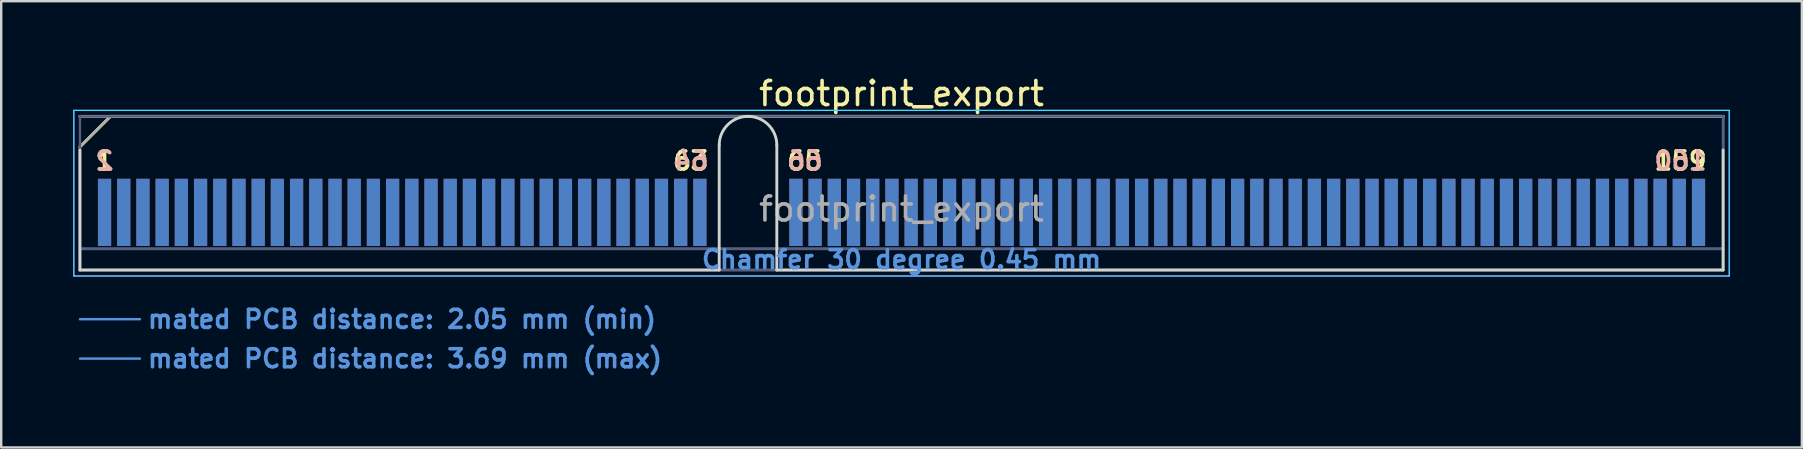
<source format=kicad_pcb>
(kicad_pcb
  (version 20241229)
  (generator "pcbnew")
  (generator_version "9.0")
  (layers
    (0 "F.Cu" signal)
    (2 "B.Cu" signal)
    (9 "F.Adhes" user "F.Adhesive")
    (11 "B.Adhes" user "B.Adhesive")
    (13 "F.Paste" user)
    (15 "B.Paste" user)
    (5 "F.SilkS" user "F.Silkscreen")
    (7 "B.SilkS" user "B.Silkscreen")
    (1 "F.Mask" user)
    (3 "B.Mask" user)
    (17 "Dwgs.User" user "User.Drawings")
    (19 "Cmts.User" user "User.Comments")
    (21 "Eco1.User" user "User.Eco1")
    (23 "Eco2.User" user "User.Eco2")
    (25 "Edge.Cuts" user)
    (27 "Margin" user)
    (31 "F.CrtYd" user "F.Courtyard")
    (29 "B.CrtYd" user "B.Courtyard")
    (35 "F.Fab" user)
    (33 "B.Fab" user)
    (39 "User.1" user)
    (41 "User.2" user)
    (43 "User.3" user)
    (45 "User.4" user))
  (footprint "footprint_export"
    (layer "F.Cu")
    (at 34.505 8.198)
    (property "Reference" "footprint_export" (at 0 -7.35 0) (layer "F.SilkS") (effects (font (size 1 1) (thickness 0.15))))
    (attr exclude_from_pos_files exclude_from_bom)
    (fp_line (start -34.225 -5.13) (end -32.955 -6.4) (stroke (width 0.12) (type solid)) (layer "F.SilkS"))
    (fp_line (start -32.955 -6.4) (end 34.225 -6.4) (stroke (width 0.12) (type solid)) (layer "F.SilkS"))
    (fp_line (start -34.225 -6.4) (end -34.225 -6.4) (stroke (width 0.12) (type solid)) (layer "B.SilkS"))
    (fp_line (start -34.225 -6.4) (end 34.225 -6.4) (stroke (width 0.12) (type solid)) (layer "B.SilkS"))
    (fp_line (start -34.225 2.05) (end -31.725 2.05) (stroke (width 0.1) (type solid)) (layer "Cmts.User"))
    (fp_line (start -34.225 3.69) (end -31.725 3.69) (stroke (width 0.1) (type solid)) (layer "Cmts.User"))
    (fp_line (start -34.225 -5) (end -34.225 0) (stroke (width 0.12) (type solid)) (layer "Edge.Cuts"))
    (fp_line (start -34.225 0) (end -7.595 0) (stroke (width 0.12) (type solid)) (layer "Edge.Cuts"))
    (fp_line (start -7.595 0) (end -7.595 -5.2) (stroke (width 0.12) (type solid)) (layer "Edge.Cuts"))
    (fp_line (start -5.195 -5.2) (end -5.195 0) (stroke (width 0.12) (type solid)) (layer "Edge.Cuts"))
    (fp_line (start -5.195 0) (end 34.225 0) (stroke (width 0.12) (type solid)) (layer "Edge.Cuts"))
    (fp_line (start 34.225 0) (end 34.225 -5) (stroke (width 0.12) (type solid)) (layer "Edge.Cuts"))
    (fp_arc (start -7.595 -5.2) (mid -6.395 -6.4) (end -5.195 -5.2) (stroke (width 0.12) (type solid)) (layer "Edge.Cuts"))
    (fp_line (start -34.48 -6.65) (end -34.48 0.25) (stroke (width 0.05) (type solid)) (layer "B.CrtYd"))
    (fp_line (start -34.48 0.25) (end 34.48 0.25) (stroke (width 0.05) (type solid)) (layer "B.CrtYd"))
    (fp_line (start 34.48 -6.65) (end -34.48 -6.65) (stroke (width 0.05) (type solid)) (layer "B.CrtYd"))
    (fp_line (start 34.48 0.25) (end 34.48 -6.65) (stroke (width 0.05) (type solid)) (layer "B.CrtYd"))
    (fp_line (start -34.48 -6.65) (end -34.48 0.25) (stroke (width 0.05) (type solid)) (layer "F.CrtYd"))
    (fp_line (start -34.48 0.25) (end 34.48 0.25) (stroke (width 0.05) (type solid)) (layer "F.CrtYd"))
    (fp_line (start 34.48 -6.65) (end -34.48 -6.65) (stroke (width 0.05) (type solid)) (layer "F.CrtYd"))
    (fp_line (start 34.48 0.25) (end 34.48 -6.65) (stroke (width 0.05) (type solid)) (layer "F.CrtYd"))
    (fp_line (start -34.225 -6.4) (end -34.225 -6.4) (stroke (width 0.1) (type solid)) (layer "B.Fab"))
    (fp_line (start -34.225 -6.4) (end -34.225 0) (stroke (width 0.1) (type solid)) (layer "B.Fab"))
    (fp_line (start -34.225 -6.4) (end 34.225 -6.4) (stroke (width 0.1) (type solid)) (layer "B.Fab"))
    (fp_line (start -34.225 -0.88) (end 34.225 -0.88) (stroke (width 0.1) (type solid)) (layer "B.Fab"))
    (fp_line (start -34.225 0) (end 34.225 0) (stroke (width 0.1) (type solid)) (layer "B.Fab"))
    (fp_line (start 34.225 -6.4) (end 34.225 0) (stroke (width 0.1) (type solid)) (layer "B.Fab"))
    (fp_line (start -34.225 -5.13) (end -34.225 0) (stroke (width 0.1) (type solid)) (layer "F.Fab"))
    (fp_line (start -34.225 -5.13) (end -32.955 -6.4) (stroke (width 0.1) (type solid)) (layer "F.Fab"))
    (fp_line (start -34.225 -0.88) (end 34.225 -0.88) (stroke (width 0.1) (type solid)) (layer "F.Fab"))
    (fp_line (start -34.225 0) (end 34.225 0) (stroke (width 0.1) (type solid)) (layer "F.Fab"))
    (fp_line (start -32.955 -6.4) (end 34.225 -6.4) (stroke (width 0.1) (type solid)) (layer "F.Fab"))
    (fp_line (start 34.225 -6.4) (end 34.225 0) (stroke (width 0.1) (type solid)) (layer "F.Fab"))
    (fp_text user "159" (at 32.45 -4.55 0) (layer "F.SilkS") (effects (font (size 0.75 0.75) (thickness 0.15))))
    (fp_text user "63" (at -8.775 -4.55 0) (layer "F.SilkS") (effects (font (size 0.75 0.75) (thickness 0.15))))
    (fp_text user "65" (at -4.025 -4.55 0) (layer "F.SilkS") (effects (font (size 0.75 0.75) (thickness 0.15))))
    (fp_text user "1" (at -33.2 -4.55 0) (layer "F.SilkS") (effects (font (size 0.75 0.75) (thickness 0.15))))
    (fp_text user "2" (at -33.2 -4.55 0) (layer "B.SilkS") (effects (font (size 0.75 0.75) (thickness 0.15)) (justify mirror)))
    (fp_text user "66" (at -4.025 -4.55 0) (layer "B.SilkS") (effects (font (size 0.75 0.75) (thickness 0.15)) (justify mirror)))
    (fp_text user "160" (at 32.45 -4.55 0) (layer "B.SilkS") (effects (font (size 0.75 0.75) (thickness 0.15)) (justify mirror)))
    (fp_text user "64" (at -8.775 -4.55 0) (layer "B.SilkS") (effects (font (size 0.75 0.75) (thickness 0.15)) (justify mirror)))
    (fp_text user "mated PCB distance: 3.69 mm (max)" (at -31.48 3.69 0) (layer "Cmts.User") (effects (font (size 0.75 0.75) (thickness 0.15)) (justify left)))
    (fp_text user "mated PCB distance: 2.05 mm (min)" (at -31.48 2.05 0) (layer "Cmts.User") (effects (font (size 0.75 0.75) (thickness 0.15)) (justify left)))
    (fp_text user "Chamfer 30 degree 0.45 mm" (at 0 -0.44 0) (layer "Cmts.User") (effects (font (size 0.75 0.75) (thickness 0.15))))
    (fp_text user "${REFERENCE}" (at 0 -2.54 0) (layer "F.Fab") (effects (font (size 1 1) (thickness 0.15))))
    (pad "1" connect rect (at -33.2 -2.4) (size 0.55 2.8) (layers "F.Cu" "F.Mask"))
    (pad "2" connect rect (at -33.2 -2.4) (size 0.55 2.8) (layers "B.Cu" "B.Mask"))
    (pad "3" connect rect (at -32.4 -2.4) (size 0.55 2.8) (layers "F.Cu" "F.Mask"))
    (pad "4" connect rect (at -32.4 -2.4) (size 0.55 2.8) (layers "B.Cu" "B.Mask"))
    (pad "5" connect rect (at -31.6 -2.4) (size 0.55 2.8) (layers "F.Cu" "F.Mask"))
    (pad "6" connect rect (at -31.6 -2.4) (size 0.55 2.8) (layers "B.Cu" "B.Mask"))
    (pad "7" connect rect (at -30.8 -2.4) (size 0.55 2.8) (layers "F.Cu" "F.Mask"))
    (pad "8" connect rect (at -30.8 -2.4) (size 0.55 2.8) (layers "B.Cu" "B.Mask"))
    (pad "9" connect rect (at -30 -2.4) (size 0.55 2.8) (layers "F.Cu" "F.Mask"))
    (pad "10" connect rect (at -30 -2.4) (size 0.55 2.8) (layers "B.Cu" "B.Mask"))
    (pad "11" connect rect (at -29.2 -2.4) (size 0.55 2.8) (layers "F.Cu" "F.Mask"))
    (pad "12" connect rect (at -29.2 -2.4) (size 0.55 2.8) (layers "B.Cu" "B.Mask"))
    (pad "13" connect rect (at -28.4 -2.4) (size 0.55 2.8) (layers "F.Cu" "F.Mask"))
    (pad "14" connect rect (at -28.4 -2.4) (size 0.55 2.8) (layers "B.Cu" "B.Mask"))
    (pad "15" connect rect (at -27.6 -2.4) (size 0.55 2.8) (layers "F.Cu" "F.Mask"))
    (pad "16" connect rect (at -27.6 -2.4) (size 0.55 2.8) (layers "B.Cu" "B.Mask"))
    (pad "17" connect rect (at -26.8 -2.4) (size 0.55 2.8) (layers "F.Cu" "F.Mask"))
    (pad "18" connect rect (at -26.8 -2.4) (size 0.55 2.8) (layers "B.Cu" "B.Mask"))
    (pad "19" connect rect (at -26 -2.4) (size 0.55 2.8) (layers "F.Cu" "F.Mask"))
    (pad "20" connect rect (at -26 -2.4) (size 0.55 2.8) (layers "B.Cu" "B.Mask"))
    (pad "21" connect rect (at -25.2 -2.4) (size 0.55 2.8) (layers "F.Cu" "F.Mask"))
    (pad "22" connect rect (at -25.2 -2.4) (size 0.55 2.8) (layers "B.Cu" "B.Mask"))
    (pad "23" connect rect (at -24.4 -2.4) (size 0.55 2.8) (layers "F.Cu" "F.Mask"))
    (pad "24" connect rect (at -24.4 -2.4) (size 0.55 2.8) (layers "B.Cu" "B.Mask"))
    (pad "25" connect rect (at -23.6 -2.4) (size 0.55 2.8) (layers "F.Cu" "F.Mask"))
    (pad "26" connect rect (at -23.6 -2.4) (size 0.55 2.8) (layers "B.Cu" "B.Mask"))
    (pad "27" connect rect (at -22.8 -2.4) (size 0.55 2.8) (layers "F.Cu" "F.Mask"))
    (pad "28" connect rect (at -22.8 -2.4) (size 0.55 2.8) (layers "B.Cu" "B.Mask"))
    (pad "29" connect rect (at -22 -2.4) (size 0.55 2.8) (layers "F.Cu" "F.Mask"))
    (pad "30" connect rect (at -22 -2.4) (size 0.55 2.8) (layers "B.Cu" "B.Mask"))
    (pad "31" connect rect (at -21.2 -2.4) (size 0.55 2.8) (layers "F.Cu" "F.Mask"))
    (pad "32" connect rect (at -21.2 -2.4) (size 0.55 2.8) (layers "B.Cu" "B.Mask"))
    (pad "33" connect rect (at -20.4 -2.4) (size 0.55 2.8) (layers "F.Cu" "F.Mask"))
    (pad "34" connect rect (at -20.4 -2.4) (size 0.55 2.8) (layers "B.Cu" "B.Mask"))
    (pad "35" connect rect (at -19.6 -2.4) (size 0.55 2.8) (layers "F.Cu" "F.Mask"))
    (pad "36" connect rect (at -19.6 -2.4) (size 0.55 2.8) (layers "B.Cu" "B.Mask"))
    (pad "37" connect rect (at -18.8 -2.4) (size 0.55 2.8) (layers "F.Cu" "F.Mask"))
    (pad "38" connect rect (at -18.8 -2.4) (size 0.55 2.8) (layers "B.Cu" "B.Mask"))
    (pad "39" connect rect (at -18 -2.4) (size 0.55 2.8) (layers "F.Cu" "F.Mask"))
    (pad "40" connect rect (at -18 -2.4) (size 0.55 2.8) (layers "B.Cu" "B.Mask"))
    (pad "41" connect rect (at -17.2 -2.4) (size 0.55 2.8) (layers "F.Cu" "F.Mask"))
    (pad "42" connect rect (at -17.2 -2.4) (size 0.55 2.8) (layers "B.Cu" "B.Mask"))
    (pad "43" connect rect (at -16.4 -2.4) (size 0.55 2.8) (layers "F.Cu" "F.Mask"))
    (pad "44" connect rect (at -16.4 -2.4) (size 0.55 2.8) (layers "B.Cu" "B.Mask"))
    (pad "45" connect rect (at -15.6 -2.4) (size 0.55 2.8) (layers "F.Cu" "F.Mask"))
    (pad "46" connect rect (at -15.6 -2.4) (size 0.55 2.8) (layers "B.Cu" "B.Mask"))
    (pad "47" connect rect (at -14.8 -2.4) (size 0.55 2.8) (layers "F.Cu" "F.Mask"))
    (pad "48" connect rect (at -14.8 -2.4) (size 0.55 2.8) (layers "B.Cu" "B.Mask"))
    (pad "49" connect rect (at -14 -2.4) (size 0.55 2.8) (layers "F.Cu" "F.Mask"))
    (pad "50" connect rect (at -14 -2.4) (size 0.55 2.8) (layers "B.Cu" "B.Mask"))
    (pad "51" connect rect (at -13.2 -2.4) (size 0.55 2.8) (layers "F.Cu" "F.Mask"))
    (pad "52" connect rect (at -13.2 -2.4) (size 0.55 2.8) (layers "B.Cu" "B.Mask"))
    (pad "53" connect rect (at -12.4 -2.4) (size 0.55 2.8) (layers "F.Cu" "F.Mask"))
    (pad "54" connect rect (at -12.4 -2.4) (size 0.55 2.8) (layers "B.Cu" "B.Mask"))
    (pad "55" connect rect (at -11.6 -2.4) (size 0.55 2.8) (layers "F.Cu" "F.Mask"))
    (pad "56" connect rect (at -11.6 -2.4) (size 0.55 2.8) (layers "B.Cu" "B.Mask"))
    (pad "57" connect rect (at -10.8 -2.4) (size 0.55 2.8) (layers "F.Cu" "F.Mask"))
    (pad "58" connect rect (at -10.8 -2.4) (size 0.55 2.8) (layers "B.Cu" "B.Mask"))
    (pad "59" connect rect (at -10 -2.4) (size 0.55 2.8) (layers "F.Cu" "F.Mask"))
    (pad "60" connect rect (at -10 -2.4) (size 0.55 2.8) (layers "B.Cu" "B.Mask"))
    (pad "61" connect rect (at -9.2 -2.4) (size 0.55 2.8) (layers "F.Cu" "F.Mask"))
    (pad "62" connect rect (at -9.2 -2.4) (size 0.55 2.8) (layers "B.Cu" "B.Mask"))
    (pad "63" connect rect (at -8.4 -2.4) (size 0.55 2.8) (layers "F.Cu" "F.Mask"))
    (pad "64" connect rect (at -8.4 -2.4) (size 0.55 2.8) (layers "B.Cu" "B.Mask"))
    (pad "65" connect rect (at -4.4 -2.4) (size 0.55 2.8) (layers "F.Cu" "F.Mask"))
    (pad "66" connect rect (at -4.4 -2.4) (size 0.55 2.8) (layers "B.Cu" "B.Mask"))
    (pad "67" connect rect (at -3.6 -2.4) (size 0.55 2.8) (layers "F.Cu" "F.Mask"))
    (pad "68" connect rect (at -3.6 -2.4) (size 0.55 2.8) (layers "B.Cu" "B.Mask"))
    (pad "69" connect rect (at -2.8 -2.4) (size 0.55 2.8) (layers "F.Cu" "F.Mask"))
    (pad "70" connect rect (at -2.8 -2.4) (size 0.55 2.8) (layers "B.Cu" "B.Mask"))
    (pad "71" connect rect (at -2 -2.4) (size 0.55 2.8) (layers "F.Cu" "F.Mask"))
    (pad "72" connect rect (at -2 -2.4) (size 0.55 2.8) (layers "B.Cu" "B.Mask"))
    (pad "73" connect rect (at -1.2 -2.4) (size 0.55 2.8) (layers "F.Cu" "F.Mask"))
    (pad "74" connect rect (at -1.2 -2.4) (size 0.55 2.8) (layers "B.Cu" "B.Mask"))
    (pad "75" connect rect (at -0.4 -2.4) (size 0.55 2.8) (layers "F.Cu" "F.Mask"))
    (pad "76" connect rect (at -0.4 -2.4) (size 0.55 2.8) (layers "B.Cu" "B.Mask"))
    (pad "77" connect rect (at 0.4 -2.4) (size 0.55 2.8) (layers "F.Cu" "F.Mask"))
    (pad "78" connect rect (at 0.4 -2.4) (size 0.55 2.8) (layers "B.Cu" "B.Mask"))
    (pad "79" connect rect (at 1.2 -2.4) (size 0.55 2.8) (layers "F.Cu" "F.Mask"))
    (pad "80" connect rect (at 1.2 -2.4) (size 0.55 2.8) (layers "B.Cu" "B.Mask"))
    (pad "81" connect rect (at 2 -2.4) (size 0.55 2.8) (layers "F.Cu" "F.Mask"))
    (pad "82" connect rect (at 2 -2.4) (size 0.55 2.8) (layers "B.Cu" "B.Mask"))
    (pad "83" connect rect (at 2.8 -2.4) (size 0.55 2.8) (layers "F.Cu" "F.Mask"))
    (pad "84" connect rect (at 2.8 -2.4) (size 0.55 2.8) (layers "B.Cu" "B.Mask"))
    (pad "85" connect rect (at 3.6 -2.4) (size 0.55 2.8) (layers "F.Cu" "F.Mask"))
    (pad "86" connect rect (at 3.6 -2.4) (size 0.55 2.8) (layers "B.Cu" "B.Mask"))
    (pad "87" connect rect (at 4.4 -2.4) (size 0.55 2.8) (layers "F.Cu" "F.Mask"))
    (pad "88" connect rect (at 4.4 -2.4) (size 0.55 2.8) (layers "B.Cu" "B.Mask"))
    (pad "89" connect rect (at 5.2 -2.4) (size 0.55 2.8) (layers "F.Cu" "F.Mask"))
    (pad "90" connect rect (at 5.2 -2.4) (size 0.55 2.8) (layers "B.Cu" "B.Mask"))
    (pad "91" connect rect (at 6 -2.4) (size 0.55 2.8) (layers "F.Cu" "F.Mask"))
    (pad "92" connect rect (at 6 -2.4) (size 0.55 2.8) (layers "B.Cu" "B.Mask"))
    (pad "93" connect rect (at 6.8 -2.4) (size 0.55 2.8) (layers "F.Cu" "F.Mask"))
    (pad "94" connect rect (at 6.8 -2.4) (size 0.55 2.8) (layers "B.Cu" "B.Mask"))
    (pad "95" connect rect (at 7.6 -2.4) (size 0.55 2.8) (layers "F.Cu" "F.Mask"))
    (pad "96" connect rect (at 7.6 -2.4) (size 0.55 2.8) (layers "B.Cu" "B.Mask"))
    (pad "97" connect rect (at 8.4 -2.4) (size 0.55 2.8) (layers "F.Cu" "F.Mask"))
    (pad "98" connect rect (at 8.4 -2.4) (size 0.55 2.8) (layers "B.Cu" "B.Mask"))
    (pad "99" connect rect (at 9.2 -2.4) (size 0.55 2.8) (layers "F.Cu" "F.Mask"))
    (pad "100" connect rect (at 9.2 -2.4) (size 0.55 2.8) (layers "B.Cu" "B.Mask"))
    (pad "101" connect rect (at 10 -2.4) (size 0.55 2.8) (layers "F.Cu" "F.Mask"))
    (pad "102" connect rect (at 10 -2.4) (size 0.55 2.8) (layers "B.Cu" "B.Mask"))
    (pad "103" connect rect (at 10.8 -2.4) (size 0.55 2.8) (layers "F.Cu" "F.Mask"))
    (pad "104" connect rect (at 10.8 -2.4) (size 0.55 2.8) (layers "B.Cu" "B.Mask"))
    (pad "105" connect rect (at 11.6 -2.4) (size 0.55 2.8) (layers "F.Cu" "F.Mask"))
    (pad "106" connect rect (at 11.6 -2.4) (size 0.55 2.8) (layers "B.Cu" "B.Mask"))
    (pad "107" connect rect (at 12.4 -2.4) (size 0.55 2.8) (layers "F.Cu" "F.Mask"))
    (pad "108" connect rect (at 12.4 -2.4) (size 0.55 2.8) (layers "B.Cu" "B.Mask"))
    (pad "109" connect rect (at 13.2 -2.4) (size 0.55 2.8) (layers "F.Cu" "F.Mask"))
    (pad "110" connect rect (at 13.2 -2.4) (size 0.55 2.8) (layers "B.Cu" "B.Mask"))
    (pad "111" connect rect (at 14 -2.4) (size 0.55 2.8) (layers "F.Cu" "F.Mask"))
    (pad "112" connect rect (at 14 -2.4) (size 0.55 2.8) (layers "B.Cu" "B.Mask"))
    (pad "113" connect rect (at 14.8 -2.4) (size 0.55 2.8) (layers "F.Cu" "F.Mask"))
    (pad "114" connect rect (at 14.8 -2.4) (size 0.55 2.8) (layers "B.Cu" "B.Mask"))
    (pad "115" connect rect (at 15.6 -2.4) (size 0.55 2.8) (layers "F.Cu" "F.Mask"))
    (pad "116" connect rect (at 15.6 -2.4) (size 0.55 2.8) (layers "B.Cu" "B.Mask"))
    (pad "117" connect rect (at 16.4 -2.4) (size 0.55 2.8) (layers "F.Cu" "F.Mask"))
    (pad "118" connect rect (at 16.4 -2.4) (size 0.55 2.8) (layers "B.Cu" "B.Mask"))
    (pad "119" connect rect (at 17.2 -2.4) (size 0.55 2.8) (layers "F.Cu" "F.Mask"))
    (pad "120" connect rect (at 17.2 -2.4) (size 0.55 2.8) (layers "B.Cu" "B.Mask"))
    (pad "121" connect rect (at 18 -2.4) (size 0.55 2.8) (layers "F.Cu" "F.Mask"))
    (pad "122" connect rect (at 18 -2.4) (size 0.55 2.8) (layers "B.Cu" "B.Mask"))
    (pad "123" connect rect (at 18.8 -2.4) (size 0.55 2.8) (layers "F.Cu" "F.Mask"))
    (pad "124" connect rect (at 18.8 -2.4) (size 0.55 2.8) (layers "B.Cu" "B.Mask"))
    (pad "125" connect rect (at 19.6 -2.4) (size 0.55 2.8) (layers "F.Cu" "F.Mask"))
    (pad "126" connect rect (at 19.6 -2.4) (size 0.55 2.8) (layers "B.Cu" "B.Mask"))
    (pad "127" connect rect (at 20.4 -2.4) (size 0.55 2.8) (layers "F.Cu" "F.Mask"))
    (pad "128" connect rect (at 20.4 -2.4) (size 0.55 2.8) (layers "B.Cu" "B.Mask"))
    (pad "129" connect rect (at 21.2 -2.4) (size 0.55 2.8) (layers "F.Cu" "F.Mask"))
    (pad "130" connect rect (at 21.2 -2.4) (size 0.55 2.8) (layers "B.Cu" "B.Mask"))
    (pad "131" connect rect (at 22 -2.4) (size 0.55 2.8) (layers "F.Cu" "F.Mask"))
    (pad "132" connect rect (at 22 -2.4) (size 0.55 2.8) (layers "B.Cu" "B.Mask"))
    (pad "133" connect rect (at 22.8 -2.4) (size 0.55 2.8) (layers "F.Cu" "F.Mask"))
    (pad "134" connect rect (at 22.8 -2.4) (size 0.55 2.8) (layers "B.Cu" "B.Mask"))
    (pad "135" connect rect (at 23.6 -2.4) (size 0.55 2.8) (layers "F.Cu" "F.Mask"))
    (pad "136" connect rect (at 23.6 -2.4) (size 0.55 2.8) (layers "B.Cu" "B.Mask"))
    (pad "137" connect rect (at 24.4 -2.4) (size 0.55 2.8) (layers "F.Cu" "F.Mask"))
    (pad "138" connect rect (at 24.4 -2.4) (size 0.55 2.8) (layers "B.Cu" "B.Mask"))
    (pad "139" connect rect (at 25.2 -2.4) (size 0.55 2.8) (layers "F.Cu" "F.Mask"))
    (pad "140" connect rect (at 25.2 -2.4) (size 0.55 2.8) (layers "B.Cu" "B.Mask"))
    (pad "141" connect rect (at 26 -2.4) (size 0.55 2.8) (layers "F.Cu" "F.Mask"))
    (pad "142" connect rect (at 26 -2.4) (size 0.55 2.8) (layers "B.Cu" "B.Mask"))
    (pad "143" connect rect (at 26.8 -2.4) (size 0.55 2.8) (layers "F.Cu" "F.Mask"))
    (pad "144" connect rect (at 26.8 -2.4) (size 0.55 2.8) (layers "B.Cu" "B.Mask"))
    (pad "145" connect rect (at 27.6 -2.4) (size 0.55 2.8) (layers "F.Cu" "F.Mask"))
    (pad "146" connect rect (at 27.6 -2.4) (size 0.55 2.8) (layers "B.Cu" "B.Mask"))
    (pad "147" connect rect (at 28.4 -2.4) (size 0.55 2.8) (layers "F.Cu" "F.Mask"))
    (pad "148" connect rect (at 28.4 -2.4) (size 0.55 2.8) (layers "B.Cu" "B.Mask"))
    (pad "149" connect rect (at 29.2 -2.4) (size 0.55 2.8) (layers "F.Cu" "F.Mask"))
    (pad "150" connect rect (at 29.2 -2.4) (size 0.55 2.8) (layers "B.Cu" "B.Mask"))
    (pad "151" connect rect (at 30 -2.4) (size 0.55 2.8) (layers "F.Cu" "F.Mask"))
    (pad "152" connect rect (at 30 -2.4) (size 0.55 2.8) (layers "B.Cu" "B.Mask"))
    (pad "153" connect rect (at 30.8 -2.4) (size 0.55 2.8) (layers "F.Cu" "F.Mask"))
    (pad "154" connect rect (at 30.8 -2.4) (size 0.55 2.8) (layers "B.Cu" "B.Mask"))
    (pad "155" connect rect (at 31.6 -2.4) (size 0.55 2.8) (layers "F.Cu" "F.Mask"))
    (pad "156" connect rect (at 31.6 -2.4) (size 0.55 2.8) (layers "B.Cu" "B.Mask"))
    (pad "157" connect rect (at 32.4 -2.4) (size 0.55 2.8) (layers "F.Cu" "F.Mask"))
    (pad "158" connect rect (at 32.4 -2.4) (size 0.55 2.8) (layers "B.Cu" "B.Mask"))
    (pad "159" connect rect (at 33.2 -2.4) (size 0.55 2.8) (layers "F.Cu" "F.Mask"))
    (pad "160" connect rect (at 33.2 -2.4) (size 0.55 2.8) (layers "B.Cu" "B.Mask")))
  (gr_rect
    (start -3 -3)
    (end 72.01 15.59)
    (stroke (width 0.1) (type default))
    (fill no)
    (layer "Edge.Cuts")))
</source>
